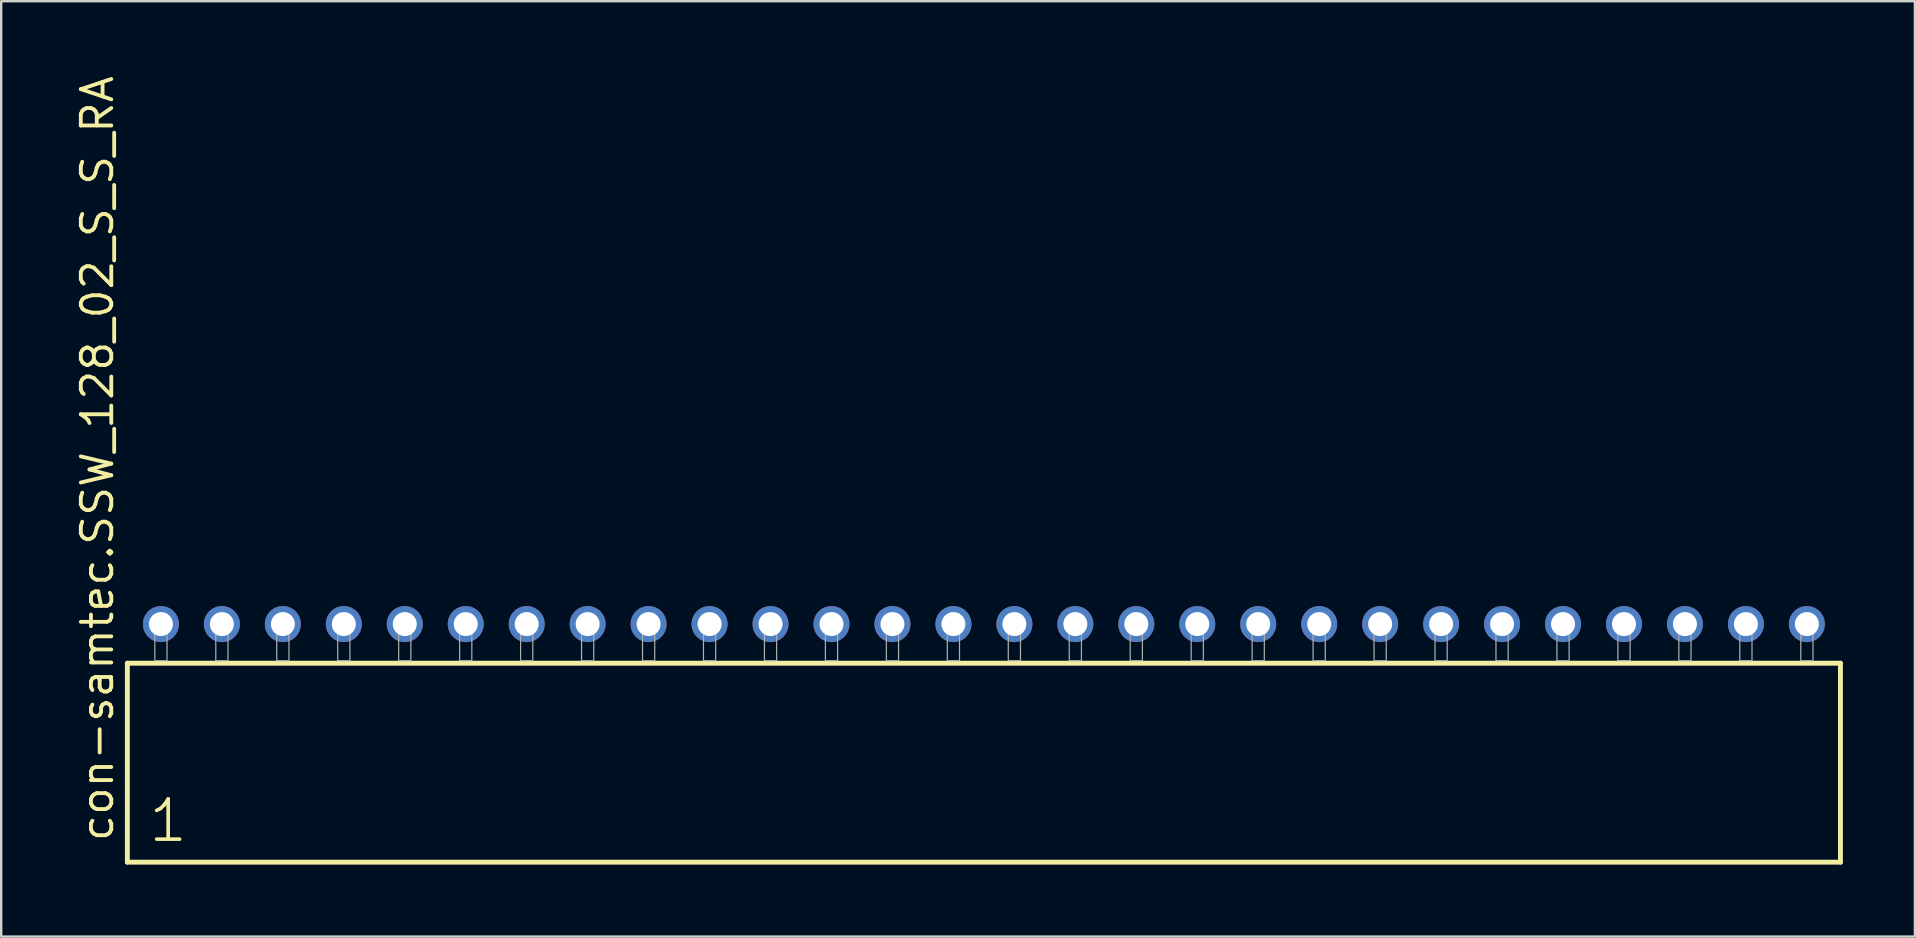
<source format=kicad_pcb>
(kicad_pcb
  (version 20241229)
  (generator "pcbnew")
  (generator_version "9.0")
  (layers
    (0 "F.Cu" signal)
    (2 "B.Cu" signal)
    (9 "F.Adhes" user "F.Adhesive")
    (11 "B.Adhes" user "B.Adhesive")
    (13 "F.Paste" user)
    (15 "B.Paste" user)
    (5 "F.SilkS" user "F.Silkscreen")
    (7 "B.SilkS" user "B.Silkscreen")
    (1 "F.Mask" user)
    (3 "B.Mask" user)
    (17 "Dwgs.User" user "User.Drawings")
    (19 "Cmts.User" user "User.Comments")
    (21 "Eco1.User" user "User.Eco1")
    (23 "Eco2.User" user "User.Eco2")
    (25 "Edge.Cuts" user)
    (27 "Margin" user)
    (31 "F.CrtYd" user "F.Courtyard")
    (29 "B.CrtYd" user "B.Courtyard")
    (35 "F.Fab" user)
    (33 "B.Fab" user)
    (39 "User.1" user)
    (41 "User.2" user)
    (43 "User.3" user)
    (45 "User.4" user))
  (footprint "con-samtec.SSW_128_02_S_S_RA"
    (layer "F.Cu")
    (at 37.945 24.477)
    (property "Reference" "con-samtec.SSW_128_02_S_S_RA" (at -36.195 7.62 90) (layer "F.SilkS") (effects (font (size 1.27 1.27) (thickness 0.16)) (justify left bottom)))
    (attr through_hole)
    (fp_line (start -35.689 0.106) (end -35.689 8.396) (stroke (width 0.203) (type default)) (layer "F.SilkS"))
    (fp_line (start -35.689 8.396) (end 35.689 8.396) (stroke (width 0.203) (type default)) (layer "F.SilkS"))
    (fp_line (start 35.689 0.106) (end -35.689 0.106) (stroke (width 0.203) (type default)) (layer "F.SilkS"))
    (fp_line (start 35.689 8.396) (end 35.689 0.106) (stroke (width 0.203) (type default)) (layer "F.SilkS"))
    (fp_rect (start -34.544 0) (end -34.036 -1.778) (stroke (width 0.05) (type default)) (fill no) (layer "F.Fab"))
    (fp_rect (start -32.004 0) (end -31.496 -1.778) (stroke (width 0.05) (type default)) (fill no) (layer "F.Fab"))
    (fp_rect (start -29.464 0) (end -28.956 -1.778) (stroke (width 0.05) (type default)) (fill no) (layer "F.Fab"))
    (fp_rect (start -26.924 0) (end -26.416 -1.778) (stroke (width 0.05) (type default)) (fill no) (layer "F.Fab"))
    (fp_rect (start -24.384 0) (end -23.876 -1.778) (stroke (width 0.05) (type default)) (fill no) (layer "F.Fab"))
    (fp_rect (start -21.844 0) (end -21.336 -1.778) (stroke (width 0.05) (type default)) (fill no) (layer "F.Fab"))
    (fp_rect (start -19.304 0) (end -18.796 -1.778) (stroke (width 0.05) (type default)) (fill no) (layer "F.Fab"))
    (fp_rect (start -16.764 0) (end -16.256 -1.778) (stroke (width 0.05) (type default)) (fill no) (layer "F.Fab"))
    (fp_rect (start -14.224 0) (end -13.716 -1.778) (stroke (width 0.05) (type default)) (fill no) (layer "F.Fab"))
    (fp_rect (start -11.684 0) (end -11.176 -1.778) (stroke (width 0.05) (type default)) (fill no) (layer "F.Fab"))
    (fp_rect (start -9.144 0) (end -8.636 -1.778) (stroke (width 0.05) (type default)) (fill no) (layer "F.Fab"))
    (fp_rect (start -6.604 0) (end -6.096 -1.778) (stroke (width 0.05) (type default)) (fill no) (layer "F.Fab"))
    (fp_rect (start -4.064 0) (end -3.556 -1.778) (stroke (width 0.05) (type default)) (fill no) (layer "F.Fab"))
    (fp_rect (start -1.524 0) (end -1.016 -1.778) (stroke (width 0.05) (type default)) (fill no) (layer "F.Fab"))
    (fp_rect (start 1.016 0) (end 1.524 -1.778) (stroke (width 0.05) (type default)) (fill no) (layer "F.Fab"))
    (fp_rect (start 3.556 0) (end 4.064 -1.778) (stroke (width 0.05) (type default)) (fill no) (layer "F.Fab"))
    (fp_rect (start 6.096 0) (end 6.604 -1.778) (stroke (width 0.05) (type default)) (fill no) (layer "F.Fab"))
    (fp_rect (start 8.636 0) (end 9.144 -1.778) (stroke (width 0.05) (type default)) (fill no) (layer "F.Fab"))
    (fp_rect (start 11.176 0) (end 11.684 -1.778) (stroke (width 0.05) (type default)) (fill no) (layer "F.Fab"))
    (fp_rect (start 13.716 0) (end 14.224 -1.778) (stroke (width 0.05) (type default)) (fill no) (layer "F.Fab"))
    (fp_rect (start 16.256 0) (end 16.764 -1.778) (stroke (width 0.05) (type default)) (fill no) (layer "F.Fab"))
    (fp_rect (start 18.796 0) (end 19.304 -1.778) (stroke (width 0.05) (type default)) (fill no) (layer "F.Fab"))
    (fp_rect (start 21.336 0) (end 21.844 -1.778) (stroke (width 0.05) (type default)) (fill no) (layer "F.Fab"))
    (fp_rect (start 23.876 0) (end 24.384 -1.778) (stroke (width 0.05) (type default)) (fill no) (layer "F.Fab"))
    (fp_rect (start 26.416 0) (end 26.924 -1.778) (stroke (width 0.05) (type default)) (fill no) (layer "F.Fab"))
    (fp_rect (start 28.956 0) (end 29.464 -1.778) (stroke (width 0.05) (type default)) (fill no) (layer "F.Fab"))
    (fp_rect (start 31.496 0) (end 32.004 -1.778) (stroke (width 0.05) (type default)) (fill no) (layer "F.Fab"))
    (fp_rect (start 34.036 0) (end 34.544 -1.778) (stroke (width 0.05) (type default)) (fill no) (layer "F.Fab"))
    (fp_text user "1" (at -34.885 7.65 0) (layer "F.SilkS") (effects (font (size 1.676 1.676) (thickness 0.15)) (justify left bottom)))
    (pad "1" thru_hole circle (at -34.29 -1.524) (size 1.5 1.5) (drill 1) (layers "*.Cu" "*.Mask"))
    (pad "2" thru_hole circle (at -31.75 -1.524) (size 1.5 1.5) (drill 1) (layers "*.Cu" "*.Mask"))
    (pad "3" thru_hole circle (at -29.21 -1.524) (size 1.5 1.5) (drill 1) (layers "*.Cu" "*.Mask"))
    (pad "4" thru_hole circle (at -26.67 -1.524) (size 1.5 1.5) (drill 1) (layers "*.Cu" "*.Mask"))
    (pad "5" thru_hole circle (at -24.13 -1.524) (size 1.5 1.5) (drill 1) (layers "*.Cu" "*.Mask"))
    (pad "6" thru_hole circle (at -21.59 -1.524) (size 1.5 1.5) (drill 1) (layers "*.Cu" "*.Mask"))
    (pad "7" thru_hole circle (at -19.05 -1.524) (size 1.5 1.5) (drill 1) (layers "*.Cu" "*.Mask"))
    (pad "8" thru_hole circle (at -16.51 -1.524) (size 1.5 1.5) (drill 1) (layers "*.Cu" "*.Mask"))
    (pad "9" thru_hole circle (at -13.97 -1.524) (size 1.5 1.5) (drill 1) (layers "*.Cu" "*.Mask"))
    (pad "10" thru_hole circle (at -11.43 -1.524) (size 1.5 1.5) (drill 1) (layers "*.Cu" "*.Mask"))
    (pad "11" thru_hole circle (at -8.89 -1.524) (size 1.5 1.5) (drill 1) (layers "*.Cu" "*.Mask"))
    (pad "12" thru_hole circle (at -6.35 -1.524) (size 1.5 1.5) (drill 1) (layers "*.Cu" "*.Mask"))
    (pad "13" thru_hole circle (at -3.81 -1.524) (size 1.5 1.5) (drill 1) (layers "*.Cu" "*.Mask"))
    (pad "14" thru_hole circle (at -1.27 -1.524) (size 1.5 1.5) (drill 1) (layers "*.Cu" "*.Mask"))
    (pad "15" thru_hole circle (at 1.27 -1.524) (size 1.5 1.5) (drill 1) (layers "*.Cu" "*.Mask"))
    (pad "16" thru_hole circle (at 3.81 -1.524) (size 1.5 1.5) (drill 1) (layers "*.Cu" "*.Mask"))
    (pad "17" thru_hole circle (at 6.35 -1.524) (size 1.5 1.5) (drill 1) (layers "*.Cu" "*.Mask"))
    (pad "18" thru_hole circle (at 8.89 -1.524) (size 1.5 1.5) (drill 1) (layers "*.Cu" "*.Mask"))
    (pad "19" thru_hole circle (at 11.43 -1.524) (size 1.5 1.5) (drill 1) (layers "*.Cu" "*.Mask"))
    (pad "20" thru_hole circle (at 13.97 -1.524) (size 1.5 1.5) (drill 1) (layers "*.Cu" "*.Mask"))
    (pad "21" thru_hole circle (at 16.51 -1.524) (size 1.5 1.5) (drill 1) (layers "*.Cu" "*.Mask"))
    (pad "22" thru_hole circle (at 19.05 -1.524) (size 1.5 1.5) (drill 1) (layers "*.Cu" "*.Mask"))
    (pad "23" thru_hole circle (at 21.59 -1.524) (size 1.5 1.5) (drill 1) (layers "*.Cu" "*.Mask"))
    (pad "24" thru_hole circle (at 24.13 -1.524) (size 1.5 1.5) (drill 1) (layers "*.Cu" "*.Mask"))
    (pad "25" thru_hole circle (at 26.67 -1.524) (size 1.5 1.5) (drill 1) (layers "*.Cu" "*.Mask"))
    (pad "26" thru_hole circle (at 29.21 -1.524) (size 1.5 1.5) (drill 1) (layers "*.Cu" "*.Mask"))
    (pad "27" thru_hole circle (at 31.75 -1.524) (size 1.5 1.5) (drill 1) (layers "*.Cu" "*.Mask"))
    (pad "28" thru_hole circle (at 34.29 -1.524) (size 1.5 1.5) (drill 1) (layers "*.Cu" "*.Mask")))
  (gr_rect
    (start -3 -3)
    (end 76.736 35.975)
    (stroke (width 0.1) (type default))
    (fill no)
    (layer "Edge.Cuts")))
</source>
